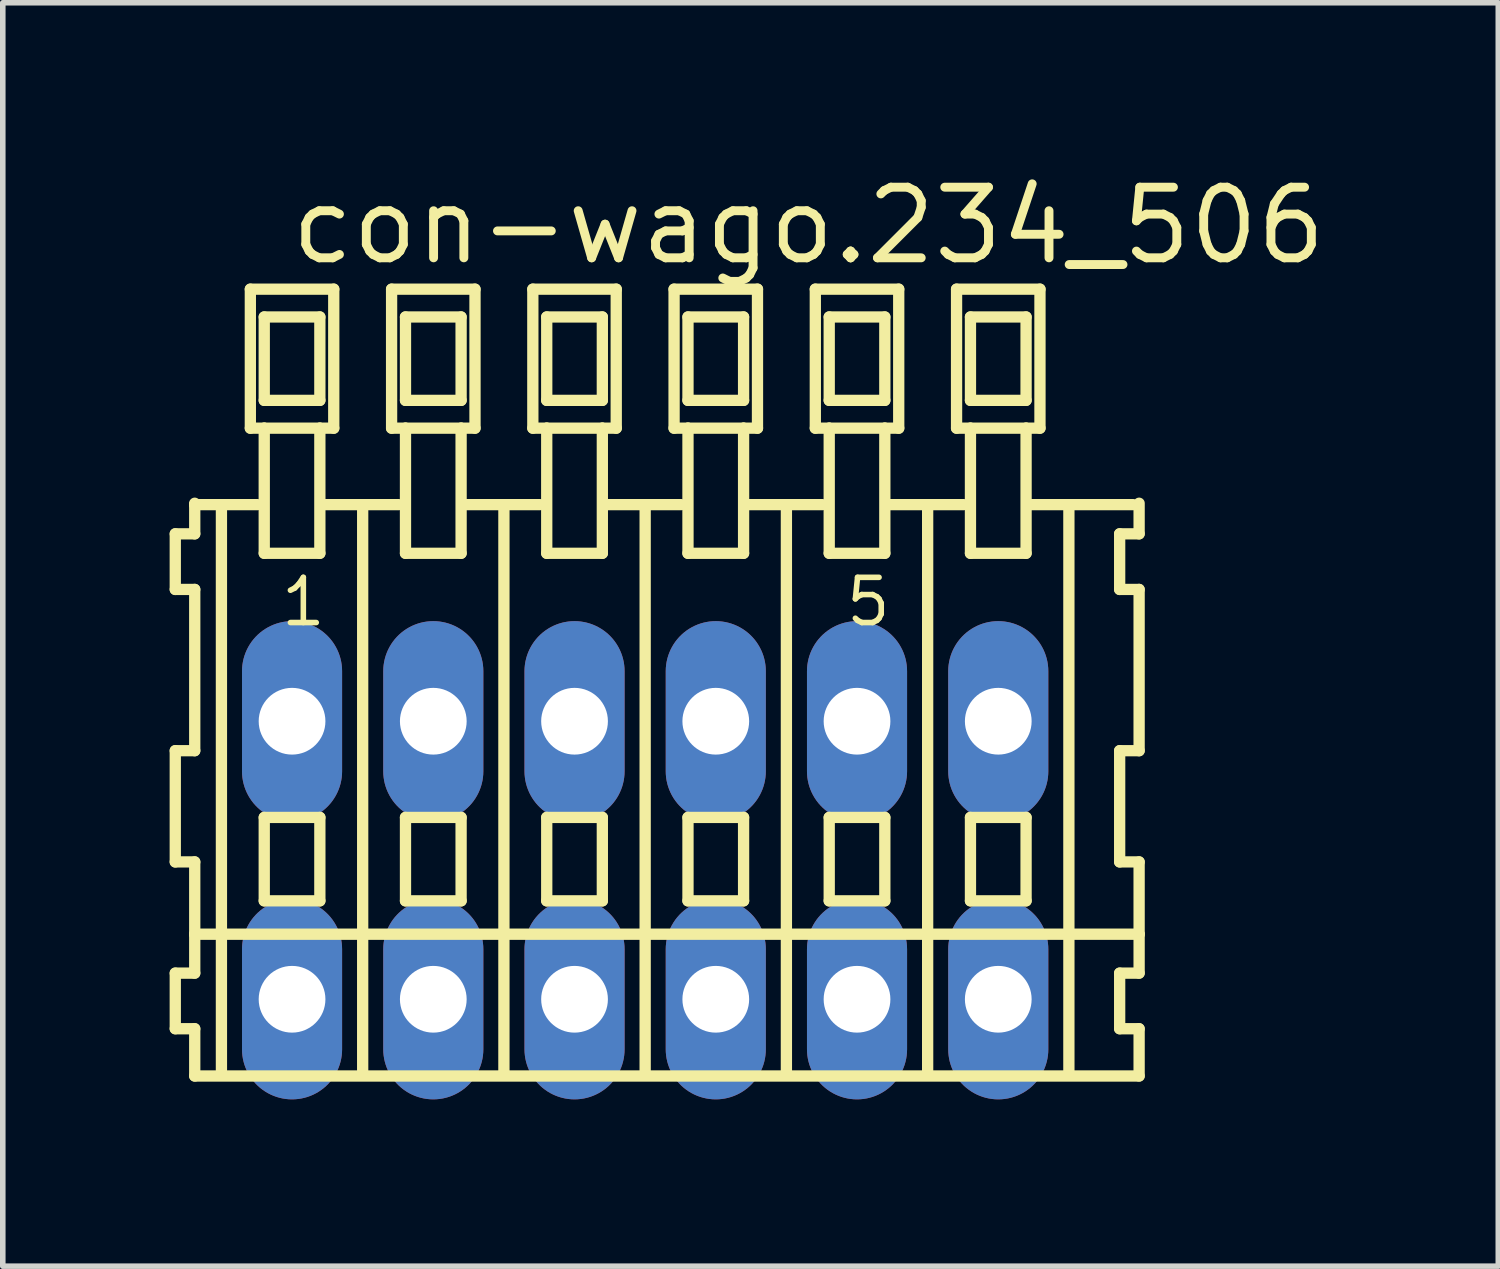
<source format=kicad_pcb>
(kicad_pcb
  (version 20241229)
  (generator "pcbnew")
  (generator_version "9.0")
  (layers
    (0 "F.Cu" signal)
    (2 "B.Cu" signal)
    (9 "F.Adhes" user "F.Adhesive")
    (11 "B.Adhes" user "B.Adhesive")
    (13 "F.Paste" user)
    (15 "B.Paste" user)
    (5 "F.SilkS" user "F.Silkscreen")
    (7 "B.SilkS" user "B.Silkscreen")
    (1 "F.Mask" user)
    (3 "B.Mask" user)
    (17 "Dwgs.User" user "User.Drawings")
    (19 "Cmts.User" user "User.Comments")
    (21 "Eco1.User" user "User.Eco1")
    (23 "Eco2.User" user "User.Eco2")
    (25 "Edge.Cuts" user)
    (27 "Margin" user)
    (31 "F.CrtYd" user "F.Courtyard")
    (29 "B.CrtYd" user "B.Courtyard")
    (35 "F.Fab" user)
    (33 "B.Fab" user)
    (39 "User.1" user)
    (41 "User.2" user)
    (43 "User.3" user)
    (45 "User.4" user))
  (footprint "con-wago.234_506"
    (layer "F.Cu")
    (at 8.552 12.42)
    (property "Reference" "con-wago.234_506" (at -6.45 -10.67 0) (layer "F.SilkS") (effects (font (size 1.27 1.27) (thickness 0.16)) (justify left bottom)))
    (attr through_hole)
    (fp_line (start -8.45 -5.87) (end -8.45 -4.87) (stroke (width 0.203) (type default)) (layer "F.SilkS"))
    (fp_line (start -8.45 -4.87) (end -8.1 -4.87) (stroke (width 0.203) (type default)) (layer "F.SilkS"))
    (fp_line (start -8.45 -1.97) (end -8.45 0.03) (stroke (width 0.203) (type default)) (layer "F.SilkS"))
    (fp_line (start -8.45 0.03) (end -8.1 0.03) (stroke (width 0.203) (type default)) (layer "F.SilkS"))
    (fp_line (start -8.45 2.03) (end -8.45 3.03) (stroke (width 0.203) (type default)) (layer "F.SilkS"))
    (fp_line (start -8.45 3.03) (end -8.1 3.03) (stroke (width 0.203) (type default)) (layer "F.SilkS"))
    (fp_line (start -8.1 -6.42) (end -8.1 -6.395) (stroke (width 0.203) (type default)) (layer "F.SilkS"))
    (fp_line (start -8.1 -6.395) (end -8.1 -5.87) (stroke (width 0.203) (type default)) (layer "F.SilkS"))
    (fp_line (start -8.1 -6.395) (end -6.975 -6.395) (stroke (width 0.203) (type default)) (layer "F.SilkS"))
    (fp_line (start -8.1 -5.87) (end -8.45 -5.87) (stroke (width 0.203) (type default)) (layer "F.SilkS"))
    (fp_line (start -8.1 -4.87) (end -8.1 -1.97) (stroke (width 0.203) (type default)) (layer "F.SilkS"))
    (fp_line (start -8.1 -1.97) (end -8.45 -1.97) (stroke (width 0.203) (type default)) (layer "F.SilkS"))
    (fp_line (start -8.1 0.03) (end -8.1 1.33) (stroke (width 0.203) (type default)) (layer "F.SilkS"))
    (fp_line (start -8.1 1.33) (end -8.1 2.03) (stroke (width 0.203) (type default)) (layer "F.SilkS"))
    (fp_line (start -8.1 1.33) (end 8.883 1.33) (stroke (width 0.203) (type default)) (layer "F.SilkS"))
    (fp_line (start -8.1 2.03) (end -8.45 2.03) (stroke (width 0.203) (type default)) (layer "F.SilkS"))
    (fp_line (start -8.1 3.03) (end -8.1 3.88) (stroke (width 0.203) (type default)) (layer "F.SilkS"))
    (fp_line (start -8.1 3.88) (end 8.883 3.88) (stroke (width 0.203) (type default)) (layer "F.SilkS"))
    (fp_line (start -7.62 3.83) (end -7.62 -6.33) (stroke (width 0.203) (type default)) (layer "F.SilkS"))
    (fp_line (start -7.1 -10.27) (end -7.1 -7.77) (stroke (width 0.203) (type default)) (layer "F.SilkS"))
    (fp_line (start -7.1 -7.77) (end -6.85 -7.77) (stroke (width 0.203) (type default)) (layer "F.SilkS"))
    (fp_line (start -6.85 -9.77) (end -6.85 -8.27) (stroke (width 0.203) (type default)) (layer "F.SilkS"))
    (fp_line (start -6.85 -8.27) (end -5.85 -8.27) (stroke (width 0.203) (type default)) (layer "F.SilkS"))
    (fp_line (start -6.85 -7.77) (end -6.85 -5.52) (stroke (width 0.203) (type default)) (layer "F.SilkS"))
    (fp_line (start -6.85 -7.77) (end -5.85 -7.77) (stroke (width 0.203) (type default)) (layer "F.SilkS"))
    (fp_line (start -6.85 -5.52) (end -5.85 -5.52) (stroke (width 0.203) (type default)) (layer "F.SilkS"))
    (fp_line (start -6.85 -0.77) (end -6.85 0.73) (stroke (width 0.203) (type default)) (layer "F.SilkS"))
    (fp_line (start -6.85 0.73) (end -5.85 0.73) (stroke (width 0.203) (type default)) (layer "F.SilkS"))
    (fp_line (start -5.85 -9.77) (end -6.85 -9.77) (stroke (width 0.203) (type default)) (layer "F.SilkS"))
    (fp_line (start -5.85 -8.27) (end -5.85 -9.77) (stroke (width 0.203) (type default)) (layer "F.SilkS"))
    (fp_line (start -5.85 -7.77) (end -5.6 -7.77) (stroke (width 0.203) (type default)) (layer "F.SilkS"))
    (fp_line (start -5.85 -5.52) (end -5.85 -7.77) (stroke (width 0.203) (type default)) (layer "F.SilkS"))
    (fp_line (start -5.85 -0.77) (end -6.85 -0.77) (stroke (width 0.203) (type default)) (layer "F.SilkS"))
    (fp_line (start -5.85 0.73) (end -5.85 -0.77) (stroke (width 0.203) (type default)) (layer "F.SilkS"))
    (fp_line (start -5.814 -6.395) (end -4.435 -6.395) (stroke (width 0.203) (type default)) (layer "F.SilkS"))
    (fp_line (start -5.6 -10.27) (end -7.1 -10.27) (stroke (width 0.203) (type default)) (layer "F.SilkS"))
    (fp_line (start -5.6 -7.77) (end -5.6 -10.27) (stroke (width 0.203) (type default)) (layer "F.SilkS"))
    (fp_line (start -5.08 3.83) (end -5.08 -6.33) (stroke (width 0.203) (type default)) (layer "F.SilkS"))
    (fp_line (start -4.56 -10.27) (end -4.56 -7.77) (stroke (width 0.203) (type default)) (layer "F.SilkS"))
    (fp_line (start -4.56 -7.77) (end -4.31 -7.77) (stroke (width 0.203) (type default)) (layer "F.SilkS"))
    (fp_line (start -4.31 -9.77) (end -4.31 -8.27) (stroke (width 0.203) (type default)) (layer "F.SilkS"))
    (fp_line (start -4.31 -8.27) (end -3.31 -8.27) (stroke (width 0.203) (type default)) (layer "F.SilkS"))
    (fp_line (start -4.31 -7.77) (end -4.31 -5.52) (stroke (width 0.203) (type default)) (layer "F.SilkS"))
    (fp_line (start -4.31 -7.77) (end -3.31 -7.77) (stroke (width 0.203) (type default)) (layer "F.SilkS"))
    (fp_line (start -4.31 -5.52) (end -3.31 -5.52) (stroke (width 0.203) (type default)) (layer "F.SilkS"))
    (fp_line (start -4.31 -0.77) (end -4.31 0.73) (stroke (width 0.203) (type default)) (layer "F.SilkS"))
    (fp_line (start -4.31 0.73) (end -3.31 0.73) (stroke (width 0.203) (type default)) (layer "F.SilkS"))
    (fp_line (start -3.31 -9.77) (end -4.31 -9.77) (stroke (width 0.203) (type default)) (layer "F.SilkS"))
    (fp_line (start -3.31 -8.27) (end -3.31 -9.77) (stroke (width 0.203) (type default)) (layer "F.SilkS"))
    (fp_line (start -3.31 -7.77) (end -3.06 -7.77) (stroke (width 0.203) (type default)) (layer "F.SilkS"))
    (fp_line (start -3.31 -5.52) (end -3.31 -7.77) (stroke (width 0.203) (type default)) (layer "F.SilkS"))
    (fp_line (start -3.31 -0.77) (end -4.31 -0.77) (stroke (width 0.203) (type default)) (layer "F.SilkS"))
    (fp_line (start -3.31 0.73) (end -3.31 -0.77) (stroke (width 0.203) (type default)) (layer "F.SilkS"))
    (fp_line (start -3.274 -6.395) (end -1.895 -6.395) (stroke (width 0.203) (type default)) (layer "F.SilkS"))
    (fp_line (start -3.06 -10.27) (end -4.56 -10.27) (stroke (width 0.203) (type default)) (layer "F.SilkS"))
    (fp_line (start -3.06 -7.77) (end -3.06 -10.27) (stroke (width 0.203) (type default)) (layer "F.SilkS"))
    (fp_line (start -2.54 3.83) (end -2.54 -6.33) (stroke (width 0.203) (type default)) (layer "F.SilkS"))
    (fp_line (start -2.02 -10.27) (end -2.02 -7.77) (stroke (width 0.203) (type default)) (layer "F.SilkS"))
    (fp_line (start -2.02 -7.77) (end -1.77 -7.77) (stroke (width 0.203) (type default)) (layer "F.SilkS"))
    (fp_line (start -1.77 -9.77) (end -1.77 -8.27) (stroke (width 0.203) (type default)) (layer "F.SilkS"))
    (fp_line (start -1.77 -8.27) (end -0.77 -8.27) (stroke (width 0.203) (type default)) (layer "F.SilkS"))
    (fp_line (start -1.77 -7.77) (end -1.77 -5.52) (stroke (width 0.203) (type default)) (layer "F.SilkS"))
    (fp_line (start -1.77 -7.77) (end -0.77 -7.77) (stroke (width 0.203) (type default)) (layer "F.SilkS"))
    (fp_line (start -1.77 -5.52) (end -0.77 -5.52) (stroke (width 0.203) (type default)) (layer "F.SilkS"))
    (fp_line (start -1.77 -0.77) (end -1.77 0.73) (stroke (width 0.203) (type default)) (layer "F.SilkS"))
    (fp_line (start -1.77 0.73) (end -0.77 0.73) (stroke (width 0.203) (type default)) (layer "F.SilkS"))
    (fp_line (start -0.77 -9.77) (end -1.77 -9.77) (stroke (width 0.203) (type default)) (layer "F.SilkS"))
    (fp_line (start -0.77 -8.27) (end -0.77 -9.77) (stroke (width 0.203) (type default)) (layer "F.SilkS"))
    (fp_line (start -0.77 -7.77) (end -0.52 -7.77) (stroke (width 0.203) (type default)) (layer "F.SilkS"))
    (fp_line (start -0.77 -5.52) (end -0.77 -7.77) (stroke (width 0.203) (type default)) (layer "F.SilkS"))
    (fp_line (start -0.77 -0.77) (end -1.77 -0.77) (stroke (width 0.203) (type default)) (layer "F.SilkS"))
    (fp_line (start -0.77 0.73) (end -0.77 -0.77) (stroke (width 0.203) (type default)) (layer "F.SilkS"))
    (fp_line (start -0.734 -6.395) (end 0.645 -6.395) (stroke (width 0.203) (type default)) (layer "F.SilkS"))
    (fp_line (start -0.52 -10.27) (end -2.02 -10.27) (stroke (width 0.203) (type default)) (layer "F.SilkS"))
    (fp_line (start -0.52 -7.77) (end -0.52 -10.27) (stroke (width 0.203) (type default)) (layer "F.SilkS"))
    (fp_line (start 0 3.83) (end 0 -6.33) (stroke (width 0.203) (type default)) (layer "F.SilkS"))
    (fp_line (start 0.52 -10.27) (end 0.52 -7.77) (stroke (width 0.203) (type default)) (layer "F.SilkS"))
    (fp_line (start 0.52 -7.77) (end 0.77 -7.77) (stroke (width 0.203) (type default)) (layer "F.SilkS"))
    (fp_line (start 0.77 -9.77) (end 0.77 -8.27) (stroke (width 0.203) (type default)) (layer "F.SilkS"))
    (fp_line (start 0.77 -8.27) (end 1.77 -8.27) (stroke (width 0.203) (type default)) (layer "F.SilkS"))
    (fp_line (start 0.77 -7.77) (end 0.77 -5.52) (stroke (width 0.203) (type default)) (layer "F.SilkS"))
    (fp_line (start 0.77 -7.77) (end 1.77 -7.77) (stroke (width 0.203) (type default)) (layer "F.SilkS"))
    (fp_line (start 0.77 -5.52) (end 1.77 -5.52) (stroke (width 0.203) (type default)) (layer "F.SilkS"))
    (fp_line (start 0.77 -0.77) (end 0.77 0.73) (stroke (width 0.203) (type default)) (layer "F.SilkS"))
    (fp_line (start 0.77 0.73) (end 1.77 0.73) (stroke (width 0.203) (type default)) (layer "F.SilkS"))
    (fp_line (start 1.77 -9.77) (end 0.77 -9.77) (stroke (width 0.203) (type default)) (layer "F.SilkS"))
    (fp_line (start 1.77 -8.27) (end 1.77 -9.77) (stroke (width 0.203) (type default)) (layer "F.SilkS"))
    (fp_line (start 1.77 -7.77) (end 2.02 -7.77) (stroke (width 0.203) (type default)) (layer "F.SilkS"))
    (fp_line (start 1.77 -5.52) (end 1.77 -7.77) (stroke (width 0.203) (type default)) (layer "F.SilkS"))
    (fp_line (start 1.77 -0.77) (end 0.77 -0.77) (stroke (width 0.203) (type default)) (layer "F.SilkS"))
    (fp_line (start 1.77 0.73) (end 1.77 -0.77) (stroke (width 0.203) (type default)) (layer "F.SilkS"))
    (fp_line (start 1.806 -6.395) (end 3.185 -6.395) (stroke (width 0.203) (type default)) (layer "F.SilkS"))
    (fp_line (start 2.02 -10.27) (end 0.52 -10.27) (stroke (width 0.203) (type default)) (layer "F.SilkS"))
    (fp_line (start 2.02 -7.77) (end 2.02 -10.27) (stroke (width 0.203) (type default)) (layer "F.SilkS"))
    (fp_line (start 2.54 3.83) (end 2.54 -6.33) (stroke (width 0.203) (type default)) (layer "F.SilkS"))
    (fp_line (start 3.06 -10.27) (end 3.06 -7.77) (stroke (width 0.203) (type default)) (layer "F.SilkS"))
    (fp_line (start 3.06 -7.77) (end 3.31 -7.77) (stroke (width 0.203) (type default)) (layer "F.SilkS"))
    (fp_line (start 3.31 -9.77) (end 3.31 -8.27) (stroke (width 0.203) (type default)) (layer "F.SilkS"))
    (fp_line (start 3.31 -8.27) (end 4.31 -8.27) (stroke (width 0.203) (type default)) (layer "F.SilkS"))
    (fp_line (start 3.31 -7.77) (end 3.31 -5.52) (stroke (width 0.203) (type default)) (layer "F.SilkS"))
    (fp_line (start 3.31 -7.77) (end 4.31 -7.77) (stroke (width 0.203) (type default)) (layer "F.SilkS"))
    (fp_line (start 3.31 -5.52) (end 4.31 -5.52) (stroke (width 0.203) (type default)) (layer "F.SilkS"))
    (fp_line (start 3.31 -0.77) (end 3.31 0.73) (stroke (width 0.203) (type default)) (layer "F.SilkS"))
    (fp_line (start 3.31 0.73) (end 4.31 0.73) (stroke (width 0.203) (type default)) (layer "F.SilkS"))
    (fp_line (start 4.31 -9.77) (end 3.31 -9.77) (stroke (width 0.203) (type default)) (layer "F.SilkS"))
    (fp_line (start 4.31 -8.27) (end 4.31 -9.77) (stroke (width 0.203) (type default)) (layer "F.SilkS"))
    (fp_line (start 4.31 -7.77) (end 4.56 -7.77) (stroke (width 0.203) (type default)) (layer "F.SilkS"))
    (fp_line (start 4.31 -5.52) (end 4.31 -7.77) (stroke (width 0.203) (type default)) (layer "F.SilkS"))
    (fp_line (start 4.31 -0.77) (end 3.31 -0.77) (stroke (width 0.203) (type default)) (layer "F.SilkS"))
    (fp_line (start 4.31 0.73) (end 4.31 -0.77) (stroke (width 0.203) (type default)) (layer "F.SilkS"))
    (fp_line (start 4.346 -6.395) (end 5.725 -6.395) (stroke (width 0.203) (type default)) (layer "F.SilkS"))
    (fp_line (start 4.56 -10.27) (end 3.06 -10.27) (stroke (width 0.203) (type default)) (layer "F.SilkS"))
    (fp_line (start 4.56 -7.77) (end 4.56 -10.27) (stroke (width 0.203) (type default)) (layer "F.SilkS"))
    (fp_line (start 5.08 3.83) (end 5.08 -6.33) (stroke (width 0.203) (type default)) (layer "F.SilkS"))
    (fp_line (start 5.6 -10.27) (end 5.6 -7.77) (stroke (width 0.203) (type default)) (layer "F.SilkS"))
    (fp_line (start 5.6 -7.77) (end 5.85 -7.77) (stroke (width 0.203) (type default)) (layer "F.SilkS"))
    (fp_line (start 5.85 -9.77) (end 5.85 -8.27) (stroke (width 0.203) (type default)) (layer "F.SilkS"))
    (fp_line (start 5.85 -8.27) (end 6.85 -8.27) (stroke (width 0.203) (type default)) (layer "F.SilkS"))
    (fp_line (start 5.85 -7.77) (end 5.85 -5.52) (stroke (width 0.203) (type default)) (layer "F.SilkS"))
    (fp_line (start 5.85 -7.77) (end 6.85 -7.77) (stroke (width 0.203) (type default)) (layer "F.SilkS"))
    (fp_line (start 5.85 -5.52) (end 6.85 -5.52) (stroke (width 0.203) (type default)) (layer "F.SilkS"))
    (fp_line (start 5.85 -0.77) (end 5.85 0.73) (stroke (width 0.203) (type default)) (layer "F.SilkS"))
    (fp_line (start 5.85 0.73) (end 6.85 0.73) (stroke (width 0.203) (type default)) (layer "F.SilkS"))
    (fp_line (start 6.85 -9.77) (end 5.85 -9.77) (stroke (width 0.203) (type default)) (layer "F.SilkS"))
    (fp_line (start 6.85 -8.27) (end 6.85 -9.77) (stroke (width 0.203) (type default)) (layer "F.SilkS"))
    (fp_line (start 6.85 -7.77) (end 7.1 -7.77) (stroke (width 0.203) (type default)) (layer "F.SilkS"))
    (fp_line (start 6.85 -5.52) (end 6.85 -7.77) (stroke (width 0.203) (type default)) (layer "F.SilkS"))
    (fp_line (start 6.85 -0.77) (end 5.85 -0.77) (stroke (width 0.203) (type default)) (layer "F.SilkS"))
    (fp_line (start 6.85 0.73) (end 6.85 -0.77) (stroke (width 0.203) (type default)) (layer "F.SilkS"))
    (fp_line (start 6.886 -6.395) (end 8.773 -6.395) (stroke (width 0.203) (type default)) (layer "F.SilkS"))
    (fp_line (start 7.1 -10.27) (end 5.6 -10.27) (stroke (width 0.203) (type default)) (layer "F.SilkS"))
    (fp_line (start 7.1 -7.77) (end 7.1 -10.27) (stroke (width 0.203) (type default)) (layer "F.SilkS"))
    (fp_line (start 7.62 3.83) (end 7.62 -6.33) (stroke (width 0.203) (type default)) (layer "F.SilkS"))
    (fp_line (start 8.533 -5.87) (end 8.533 -4.87) (stroke (width 0.203) (type default)) (layer "F.SilkS"))
    (fp_line (start 8.533 -4.87) (end 8.883 -4.87) (stroke (width 0.203) (type default)) (layer "F.SilkS"))
    (fp_line (start 8.533 -1.97) (end 8.533 0.03) (stroke (width 0.203) (type default)) (layer "F.SilkS"))
    (fp_line (start 8.533 0.03) (end 8.883 0.03) (stroke (width 0.203) (type default)) (layer "F.SilkS"))
    (fp_line (start 8.533 2.03) (end 8.533 3.03) (stroke (width 0.203) (type default)) (layer "F.SilkS"))
    (fp_line (start 8.533 3.03) (end 8.883 3.03) (stroke (width 0.203) (type default)) (layer "F.SilkS"))
    (fp_line (start 8.883 -5.87) (end 8.533 -5.87) (stroke (width 0.203) (type default)) (layer "F.SilkS"))
    (fp_line (start 8.883 -5.87) (end 8.883 -6.42) (stroke (width 0.203) (type default)) (layer "F.SilkS"))
    (fp_line (start 8.883 -1.97) (end 8.533 -1.97) (stroke (width 0.203) (type default)) (layer "F.SilkS"))
    (fp_line (start 8.883 -1.97) (end 8.883 -4.87) (stroke (width 0.203) (type default)) (layer "F.SilkS"))
    (fp_line (start 8.883 1.33) (end 8.883 0.03) (stroke (width 0.203) (type default)) (layer "F.SilkS"))
    (fp_line (start 8.883 2.03) (end 8.533 2.03) (stroke (width 0.203) (type default)) (layer "F.SilkS"))
    (fp_line (start 8.883 2.03) (end 8.883 1.33) (stroke (width 0.203) (type default)) (layer "F.SilkS"))
    (fp_line (start 8.883 3.88) (end 8.883 3.03) (stroke (width 0.203) (type default)) (layer "F.SilkS"))
    (fp_text user "5" (at 3.56 -4.17 0) (layer "F.SilkS") (effects (font (size 0.813 0.813) (thickness 0.1)) (justify left bottom)))
    (fp_text user "1" (at -6.6 -4.17 0) (layer "F.SilkS") (effects (font (size 0.813 0.813) (thickness 0.1)) (justify left bottom)))
    (pad "A1" thru_hole oval (at -6.35 -2.5 90) (size 3.6 1.8) (drill 1.2) (layers "*.Cu" "*.Mask"))
    (pad "A2" thru_hole oval (at -3.81 -2.5 90) (size 3.6 1.8) (drill 1.2) (layers "*.Cu" "*.Mask"))
    (pad "A3" thru_hole oval (at -1.27 -2.5 90) (size 3.6 1.8) (drill 1.2) (layers "*.Cu" "*.Mask"))
    (pad "A4" thru_hole oval (at 1.27 -2.5 90) (size 3.6 1.8) (drill 1.2) (layers "*.Cu" "*.Mask"))
    (pad "A5" thru_hole oval (at 3.81 -2.5 90) (size 3.6 1.8) (drill 1.2) (layers "*.Cu" "*.Mask"))
    (pad "A6" thru_hole oval (at 6.35 -2.5 90) (size 3.6 1.8) (drill 1.2) (layers "*.Cu" "*.Mask"))
    (pad "B1" thru_hole oval (at -6.35 2.5 90) (size 3.6 1.8) (drill 1.2) (layers "*.Cu" "*.Mask"))
    (pad "B2" thru_hole oval (at -3.81 2.5 90) (size 3.6 1.8) (drill 1.2) (layers "*.Cu" "*.Mask"))
    (pad "B3" thru_hole oval (at -1.27 2.5 90) (size 3.6 1.8) (drill 1.2) (layers "*.Cu" "*.Mask"))
    (pad "B4" thru_hole oval (at 1.27 2.5 90) (size 3.6 1.8) (drill 1.2) (layers "*.Cu" "*.Mask"))
    (pad "B5" thru_hole oval (at 3.81 2.5 90) (size 3.6 1.8) (drill 1.2) (layers "*.Cu" "*.Mask"))
    (pad "B6" thru_hole oval (at 6.35 2.5 90) (size 3.6 1.8) (drill 1.2) (layers "*.Cu" "*.Mask")))
  (gr_rect
    (start -3 -3)
    (end 23.894 19.72)
    (stroke (width 0.1) (type default))
    (fill no)
    (layer "Edge.Cuts")))
</source>
